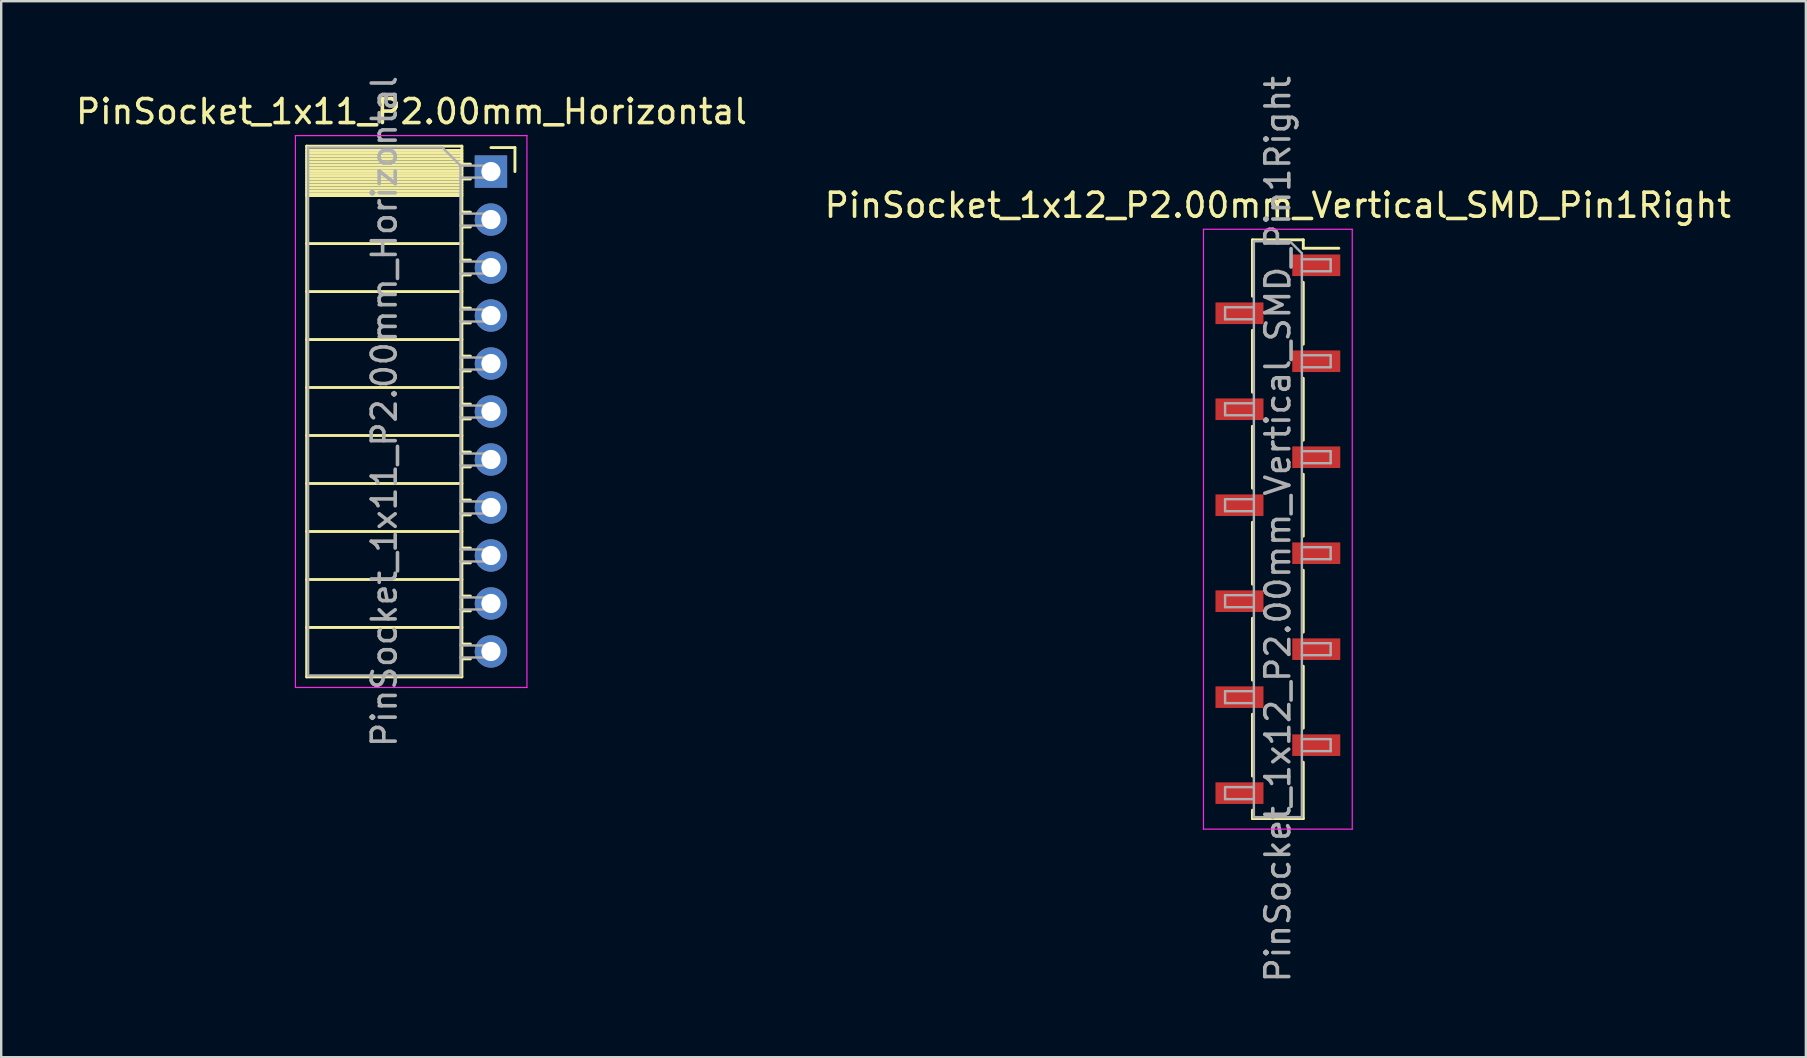
<source format=kicad_pcb>
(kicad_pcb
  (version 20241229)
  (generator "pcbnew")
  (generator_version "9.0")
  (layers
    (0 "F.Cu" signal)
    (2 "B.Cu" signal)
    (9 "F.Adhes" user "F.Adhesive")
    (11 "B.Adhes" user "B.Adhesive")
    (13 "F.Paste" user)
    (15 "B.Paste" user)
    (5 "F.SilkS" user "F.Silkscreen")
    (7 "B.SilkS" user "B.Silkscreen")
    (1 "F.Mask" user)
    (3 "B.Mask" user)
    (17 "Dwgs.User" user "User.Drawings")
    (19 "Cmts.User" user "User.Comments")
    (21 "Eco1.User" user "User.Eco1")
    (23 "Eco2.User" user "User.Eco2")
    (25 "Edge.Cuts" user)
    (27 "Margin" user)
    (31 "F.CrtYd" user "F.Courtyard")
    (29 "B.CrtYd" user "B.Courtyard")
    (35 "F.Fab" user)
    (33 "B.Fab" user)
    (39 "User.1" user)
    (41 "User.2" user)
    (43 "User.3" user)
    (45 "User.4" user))
  (footprint "PinSocket_1x11_P2.00mm_Horizontal"
    (layer "F.Cu")
    (at 17.411 4.101)
    (property "Reference" "PinSocket_1x11_P2.00mm_Horizontal" (at -3.31 -2.5 0) (layer "F.SilkS") (effects (font (size 1 1) (thickness 0.15))))
    (attr through_hole)
    (fp_line (start -7.68 -1.06) (end -1.21 -1.06) (stroke (width 0.12) (type solid)) (layer "F.SilkS"))
    (fp_line (start -7.68 -0.88) (end -1.21 -0.88) (stroke (width 0.12) (type solid)) (layer "F.SilkS"))
    (fp_line (start -7.68 -0.76) (end -1.21 -0.76) (stroke (width 0.12) (type solid)) (layer "F.SilkS"))
    (fp_line (start -7.68 -0.64) (end -1.21 -0.64) (stroke (width 0.12) (type solid)) (layer "F.SilkS"))
    (fp_line (start -7.68 -0.52) (end -1.21 -0.52) (stroke (width 0.12) (type solid)) (layer "F.SilkS"))
    (fp_line (start -7.68 -0.4) (end -1.21 -0.4) (stroke (width 0.12) (type solid)) (layer "F.SilkS"))
    (fp_line (start -7.68 -0.28) (end -1.21 -0.28) (stroke (width 0.12) (type solid)) (layer "F.SilkS"))
    (fp_line (start -7.68 -0.16) (end -1.21 -0.16) (stroke (width 0.12) (type solid)) (layer "F.SilkS"))
    (fp_line (start -7.68 -0.04) (end -1.21 -0.04) (stroke (width 0.12) (type solid)) (layer "F.SilkS"))
    (fp_line (start -7.68 0.08) (end -1.21 0.08) (stroke (width 0.12) (type solid)) (layer "F.SilkS"))
    (fp_line (start -7.68 0.2) (end -1.21 0.2) (stroke (width 0.12) (type solid)) (layer "F.SilkS"))
    (fp_line (start -7.68 0.32) (end -1.21 0.32) (stroke (width 0.12) (type solid)) (layer "F.SilkS"))
    (fp_line (start -7.68 0.44) (end -1.21 0.44) (stroke (width 0.12) (type solid)) (layer "F.SilkS"))
    (fp_line (start -7.68 0.56) (end -1.21 0.56) (stroke (width 0.12) (type solid)) (layer "F.SilkS"))
    (fp_line (start -7.68 0.68) (end -1.21 0.68) (stroke (width 0.12) (type solid)) (layer "F.SilkS"))
    (fp_line (start -7.68 0.8) (end -1.21 0.8) (stroke (width 0.12) (type solid)) (layer "F.SilkS"))
    (fp_line (start -7.68 0.92) (end -1.21 0.92) (stroke (width 0.12) (type solid)) (layer "F.SilkS"))
    (fp_line (start -7.68 1) (end -1.21 1) (stroke (width 0.12) (type solid)) (layer "F.SilkS"))
    (fp_line (start -7.68 3) (end -1.21 3) (stroke (width 0.12) (type solid)) (layer "F.SilkS"))
    (fp_line (start -7.68 5) (end -1.21 5) (stroke (width 0.12) (type solid)) (layer "F.SilkS"))
    (fp_line (start -7.68 7) (end -1.21 7) (stroke (width 0.12) (type solid)) (layer "F.SilkS"))
    (fp_line (start -7.68 9) (end -1.21 9) (stroke (width 0.12) (type solid)) (layer "F.SilkS"))
    (fp_line (start -7.68 11) (end -1.21 11) (stroke (width 0.12) (type solid)) (layer "F.SilkS"))
    (fp_line (start -7.68 13) (end -1.21 13) (stroke (width 0.12) (type solid)) (layer "F.SilkS"))
    (fp_line (start -7.68 15) (end -1.21 15) (stroke (width 0.12) (type solid)) (layer "F.SilkS"))
    (fp_line (start -7.68 17) (end -1.21 17) (stroke (width 0.12) (type solid)) (layer "F.SilkS"))
    (fp_line (start -7.68 19) (end -1.21 19) (stroke (width 0.12) (type solid)) (layer "F.SilkS"))
    (fp_line (start -7.68 21.06) (end -7.68 -1.06) (stroke (width 0.12) (type solid)) (layer "F.SilkS"))
    (fp_line (start -1.21 -1.06) (end -1.21 21.06) (stroke (width 0.12) (type solid)) (layer "F.SilkS"))
    (fp_line (start -1.21 -0.31) (end -0.855 -0.31) (stroke (width 0.12) (type solid)) (layer "F.SilkS"))
    (fp_line (start -1.21 1.69) (end -0.855 1.69) (stroke (width 0.12) (type solid)) (layer "F.SilkS"))
    (fp_line (start -1.21 3.69) (end -0.855 3.69) (stroke (width 0.12) (type solid)) (layer "F.SilkS"))
    (fp_line (start -1.21 5.69) (end -0.855 5.69) (stroke (width 0.12) (type solid)) (layer "F.SilkS"))
    (fp_line (start -1.21 7.69) (end -0.855 7.69) (stroke (width 0.12) (type solid)) (layer "F.SilkS"))
    (fp_line (start -1.21 9.69) (end -0.855 9.69) (stroke (width 0.12) (type solid)) (layer "F.SilkS"))
    (fp_line (start -1.21 11.69) (end -0.855 11.69) (stroke (width 0.12) (type solid)) (layer "F.SilkS"))
    (fp_line (start -1.21 13.69) (end -0.855 13.69) (stroke (width 0.12) (type solid)) (layer "F.SilkS"))
    (fp_line (start -1.21 15.69) (end -0.855 15.69) (stroke (width 0.12) (type solid)) (layer "F.SilkS"))
    (fp_line (start -1.21 17.69) (end -0.855 17.69) (stroke (width 0.12) (type solid)) (layer "F.SilkS"))
    (fp_line (start -1.21 19.69) (end -0.855 19.69) (stroke (width 0.12) (type solid)) (layer "F.SilkS"))
    (fp_line (start -1.21 21.06) (end -7.68 21.06) (stroke (width 0.12) (type solid)) (layer "F.SilkS"))
    (fp_line (start -0.855 0.31) (end -1.21 0.31) (stroke (width 0.12) (type solid)) (layer "F.SilkS"))
    (fp_line (start -0.855 2.31) (end -1.21 2.31) (stroke (width 0.12) (type solid)) (layer "F.SilkS"))
    (fp_line (start -0.855 4.31) (end -1.21 4.31) (stroke (width 0.12) (type solid)) (layer "F.SilkS"))
    (fp_line (start -0.855 6.31) (end -1.21 6.31) (stroke (width 0.12) (type solid)) (layer "F.SilkS"))
    (fp_line (start -0.855 8.31) (end -1.21 8.31) (stroke (width 0.12) (type solid)) (layer "F.SilkS"))
    (fp_line (start -0.855 10.31) (end -1.21 10.31) (stroke (width 0.12) (type solid)) (layer "F.SilkS"))
    (fp_line (start -0.855 12.31) (end -1.21 12.31) (stroke (width 0.12) (type solid)) (layer "F.SilkS"))
    (fp_line (start -0.855 14.31) (end -1.21 14.31) (stroke (width 0.12) (type solid)) (layer "F.SilkS"))
    (fp_line (start -0.855 16.31) (end -1.21 16.31) (stroke (width 0.12) (type solid)) (layer "F.SilkS"))
    (fp_line (start -0.855 18.31) (end -1.21 18.31) (stroke (width 0.12) (type solid)) (layer "F.SilkS"))
    (fp_line (start -0.855 20.31) (end -1.21 20.31) (stroke (width 0.12) (type solid)) (layer "F.SilkS"))
    (fp_line (start 0 -1) (end 1 -1) (stroke (width 0.12) (type solid)) (layer "F.SilkS"))
    (fp_line (start 1 -1) (end 1 0) (stroke (width 0.12) (type solid)) (layer "F.SilkS"))
    (fp_line (start -8.15 -1.5) (end -8.15 21.5) (stroke (width 0.05) (type solid)) (layer "F.CrtYd"))
    (fp_line (start -8.15 21.5) (end 1.5 21.5) (stroke (width 0.05) (type solid)) (layer "F.CrtYd"))
    (fp_line (start 1.5 -1.5) (end -8.15 -1.5) (stroke (width 0.05) (type solid)) (layer "F.CrtYd"))
    (fp_line (start 1.5 21.5) (end 1.5 -1.5) (stroke (width 0.05) (type solid)) (layer "F.CrtYd"))
    (fp_line (start -7.62 -1) (end -2.02 -1) (stroke (width 0.1) (type solid)) (layer "F.Fab"))
    (fp_line (start -7.62 21) (end -7.62 -1) (stroke (width 0.1) (type solid)) (layer "F.Fab"))
    (fp_line (start -2.02 -1) (end -1.27 -0.25) (stroke (width 0.1) (type solid)) (layer "F.Fab"))
    (fp_line (start -1.27 -0.25) (end -1.27 21) (stroke (width 0.1) (type solid)) (layer "F.Fab"))
    (fp_line (start -1.27 0.25) (end 0 0.25) (stroke (width 0.1) (type solid)) (layer "F.Fab"))
    (fp_line (start -1.27 2.25) (end 0 2.25) (stroke (width 0.1) (type solid)) (layer "F.Fab"))
    (fp_line (start -1.27 4.25) (end 0 4.25) (stroke (width 0.1) (type solid)) (layer "F.Fab"))
    (fp_line (start -1.27 6.25) (end 0 6.25) (stroke (width 0.1) (type solid)) (layer "F.Fab"))
    (fp_line (start -1.27 8.25) (end 0 8.25) (stroke (width 0.1) (type solid)) (layer "F.Fab"))
    (fp_line (start -1.27 10.25) (end 0 10.25) (stroke (width 0.1) (type solid)) (layer "F.Fab"))
    (fp_line (start -1.27 12.25) (end 0 12.25) (stroke (width 0.1) (type solid)) (layer "F.Fab"))
    (fp_line (start -1.27 14.25) (end 0 14.25) (stroke (width 0.1) (type solid)) (layer "F.Fab"))
    (fp_line (start -1.27 16.25) (end 0 16.25) (stroke (width 0.1) (type solid)) (layer "F.Fab"))
    (fp_line (start -1.27 18.25) (end 0 18.25) (stroke (width 0.1) (type solid)) (layer "F.Fab"))
    (fp_line (start -1.27 20.25) (end 0 20.25) (stroke (width 0.1) (type solid)) (layer "F.Fab"))
    (fp_line (start -1.27 21) (end -7.62 21) (stroke (width 0.1) (type solid)) (layer "F.Fab"))
    (fp_line (start 0 -0.25) (end -1.27 -0.25) (stroke (width 0.1) (type solid)) (layer "F.Fab"))
    (fp_line (start 0 0.25) (end 0 -0.25) (stroke (width 0.1) (type solid)) (layer "F.Fab"))
    (fp_line (start 0 1.75) (end -1.27 1.75) (stroke (width 0.1) (type solid)) (layer "F.Fab"))
    (fp_line (start 0 2.25) (end 0 1.75) (stroke (width 0.1) (type solid)) (layer "F.Fab"))
    (fp_line (start 0 3.75) (end -1.27 3.75) (stroke (width 0.1) (type solid)) (layer "F.Fab"))
    (fp_line (start 0 4.25) (end 0 3.75) (stroke (width 0.1) (type solid)) (layer "F.Fab"))
    (fp_line (start 0 5.75) (end -1.27 5.75) (stroke (width 0.1) (type solid)) (layer "F.Fab"))
    (fp_line (start 0 6.25) (end 0 5.75) (stroke (width 0.1) (type solid)) (layer "F.Fab"))
    (fp_line (start 0 7.75) (end -1.27 7.75) (stroke (width 0.1) (type solid)) (layer "F.Fab"))
    (fp_line (start 0 8.25) (end 0 7.75) (stroke (width 0.1) (type solid)) (layer "F.Fab"))
    (fp_line (start 0 9.75) (end -1.27 9.75) (stroke (width 0.1) (type solid)) (layer "F.Fab"))
    (fp_line (start 0 10.25) (end 0 9.75) (stroke (width 0.1) (type solid)) (layer "F.Fab"))
    (fp_line (start 0 11.75) (end -1.27 11.75) (stroke (width 0.1) (type solid)) (layer "F.Fab"))
    (fp_line (start 0 12.25) (end 0 11.75) (stroke (width 0.1) (type solid)) (layer "F.Fab"))
    (fp_line (start 0 13.75) (end -1.27 13.75) (stroke (width 0.1) (type solid)) (layer "F.Fab"))
    (fp_line (start 0 14.25) (end 0 13.75) (stroke (width 0.1) (type solid)) (layer "F.Fab"))
    (fp_line (start 0 15.75) (end -1.27 15.75) (stroke (width 0.1) (type solid)) (layer "F.Fab"))
    (fp_line (start 0 16.25) (end 0 15.75) (stroke (width 0.1) (type solid)) (layer "F.Fab"))
    (fp_line (start 0 17.75) (end -1.27 17.75) (stroke (width 0.1) (type solid)) (layer "F.Fab"))
    (fp_line (start 0 18.25) (end 0 17.75) (stroke (width 0.1) (type solid)) (layer "F.Fab"))
    (fp_line (start 0 19.75) (end -1.27 19.75) (stroke (width 0.1) (type solid)) (layer "F.Fab"))
    (fp_line (start 0 20.25) (end 0 19.75) (stroke (width 0.1) (type solid)) (layer "F.Fab"))
    (fp_text user "${REFERENCE}" (at -4.445 10 90) (layer "F.Fab") (effects (font (size 1 1) (thickness 0.15))))
    (pad "1" thru_hole rect (at 0 0) (size 1.35 1.35) (drill 0.8) (layers "*.Cu" "*.Mask"))
    (pad "2" thru_hole oval (at 0 2) (size 1.35 1.35) (drill 0.8) (layers "*.Cu" "*.Mask"))
    (pad "3" thru_hole oval (at 0 4) (size 1.35 1.35) (drill 0.8) (layers "*.Cu" "*.Mask"))
    (pad "4" thru_hole oval (at 0 6) (size 1.35 1.35) (drill 0.8) (layers "*.Cu" "*.Mask"))
    (pad "5" thru_hole oval (at 0 8) (size 1.35 1.35) (drill 0.8) (layers "*.Cu" "*.Mask"))
    (pad "6" thru_hole oval (at 0 10) (size 1.35 1.35) (drill 0.8) (layers "*.Cu" "*.Mask"))
    (pad "7" thru_hole oval (at 0 12) (size 1.35 1.35) (drill 0.8) (layers "*.Cu" "*.Mask"))
    (pad "8" thru_hole oval (at 0 14) (size 1.35 1.35) (drill 0.8) (layers "*.Cu" "*.Mask"))
    (pad "9" thru_hole oval (at 0 16) (size 1.35 1.35) (drill 0.8) (layers "*.Cu" "*.Mask"))
    (pad "10" thru_hole oval (at 0 18) (size 1.35 1.35) (drill 0.8) (layers "*.Cu" "*.Mask"))
    (pad "11" thru_hole oval (at 0 20) (size 1.35 1.35) (drill 0.8) (layers "*.Cu" "*.Mask")))
  (footprint "PinSocket_1x12_P2.00mm_Vertical_SMD_Pin1Right"
    (layer "F.Cu")
    (at 50.208 19.006)
    (property "Reference" "PinSocket_1x12_P2.00mm_Vertical_SMD_Pin1Right" (at 0 -13.5 0) (layer "F.SilkS") (effects (font (size 1 1) (thickness 0.15))))
    (attr smd)
    (fp_line (start -1.06 -12.06) (end -1.06 -9.71) (stroke (width 0.12) (type solid)) (layer "F.SilkS"))
    (fp_line (start -1.06 -12.06) (end 1.06 -12.06) (stroke (width 0.12) (type solid)) (layer "F.SilkS"))
    (fp_line (start -1.06 -8.29) (end -1.06 -5.71) (stroke (width 0.12) (type solid)) (layer "F.SilkS"))
    (fp_line (start -1.06 -4.29) (end -1.06 -1.71) (stroke (width 0.12) (type solid)) (layer "F.SilkS"))
    (fp_line (start -1.06 -0.29) (end -1.06 2.29) (stroke (width 0.12) (type solid)) (layer "F.SilkS"))
    (fp_line (start -1.06 3.71) (end -1.06 6.29) (stroke (width 0.12) (type solid)) (layer "F.SilkS"))
    (fp_line (start -1.06 7.71) (end -1.06 10.29) (stroke (width 0.12) (type solid)) (layer "F.SilkS"))
    (fp_line (start -1.06 11.71) (end -1.06 12.06) (stroke (width 0.12) (type solid)) (layer "F.SilkS"))
    (fp_line (start -1.06 12.06) (end 1.06 12.06) (stroke (width 0.12) (type solid)) (layer "F.SilkS"))
    (fp_line (start 1.06 -12.06) (end 1.06 -11.71) (stroke (width 0.12) (type solid)) (layer "F.SilkS"))
    (fp_line (start 1.06 -11.71) (end 2.54 -11.71) (stroke (width 0.12) (type solid)) (layer "F.SilkS"))
    (fp_line (start 1.06 -10.29) (end 1.06 -7.71) (stroke (width 0.12) (type solid)) (layer "F.SilkS"))
    (fp_line (start 1.06 -6.29) (end 1.06 -3.71) (stroke (width 0.12) (type solid)) (layer "F.SilkS"))
    (fp_line (start 1.06 -2.29) (end 1.06 0.29) (stroke (width 0.12) (type solid)) (layer "F.SilkS"))
    (fp_line (start 1.06 1.71) (end 1.06 4.29) (stroke (width 0.12) (type solid)) (layer "F.SilkS"))
    (fp_line (start 1.06 5.71) (end 1.06 8.29) (stroke (width 0.12) (type solid)) (layer "F.SilkS"))
    (fp_line (start 1.06 9.71) (end 1.06 12.06) (stroke (width 0.12) (type solid)) (layer "F.SilkS"))
    (fp_line (start -3.1 -12.5) (end 3.1 -12.5) (stroke (width 0.05) (type solid)) (layer "F.CrtYd"))
    (fp_line (start -3.1 12.5) (end -3.1 -12.5) (stroke (width 0.05) (type solid)) (layer "F.CrtYd"))
    (fp_line (start 3.1 -12.5) (end 3.1 12.5) (stroke (width 0.05) (type solid)) (layer "F.CrtYd"))
    (fp_line (start 3.1 12.5) (end -3.1 12.5) (stroke (width 0.05) (type solid)) (layer "F.CrtYd"))
    (fp_line (start -2.2 -9.25) (end -1 -9.25) (stroke (width 0.1) (type solid)) (layer "F.Fab"))
    (fp_line (start -2.2 -8.75) (end -2.2 -9.25) (stroke (width 0.1) (type solid)) (layer "F.Fab"))
    (fp_line (start -2.2 -5.25) (end -1 -5.25) (stroke (width 0.1) (type solid)) (layer "F.Fab"))
    (fp_line (start -2.2 -4.75) (end -2.2 -5.25) (stroke (width 0.1) (type solid)) (layer "F.Fab"))
    (fp_line (start -2.2 -1.25) (end -1 -1.25) (stroke (width 0.1) (type solid)) (layer "F.Fab"))
    (fp_line (start -2.2 -0.75) (end -2.2 -1.25) (stroke (width 0.1) (type solid)) (layer "F.Fab"))
    (fp_line (start -2.2 2.75) (end -1 2.75) (stroke (width 0.1) (type solid)) (layer "F.Fab"))
    (fp_line (start -2.2 3.25) (end -2.2 2.75) (stroke (width 0.1) (type solid)) (layer "F.Fab"))
    (fp_line (start -2.2 6.75) (end -1 6.75) (stroke (width 0.1) (type solid)) (layer "F.Fab"))
    (fp_line (start -2.2 7.25) (end -2.2 6.75) (stroke (width 0.1) (type solid)) (layer "F.Fab"))
    (fp_line (start -2.2 10.75) (end -1 10.75) (stroke (width 0.1) (type solid)) (layer "F.Fab"))
    (fp_line (start -2.2 11.25) (end -2.2 10.75) (stroke (width 0.1) (type solid)) (layer "F.Fab"))
    (fp_line (start -1 -12) (end 0.5 -12) (stroke (width 0.1) (type solid)) (layer "F.Fab"))
    (fp_line (start -1 -8.75) (end -2.2 -8.75) (stroke (width 0.1) (type solid)) (layer "F.Fab"))
    (fp_line (start -1 -4.75) (end -2.2 -4.75) (stroke (width 0.1) (type solid)) (layer "F.Fab"))
    (fp_line (start -1 -0.75) (end -2.2 -0.75) (stroke (width 0.1) (type solid)) (layer "F.Fab"))
    (fp_line (start -1 3.25) (end -2.2 3.25) (stroke (width 0.1) (type solid)) (layer "F.Fab"))
    (fp_line (start -1 7.25) (end -2.2 7.25) (stroke (width 0.1) (type solid)) (layer "F.Fab"))
    (fp_line (start -1 11.25) (end -2.2 11.25) (stroke (width 0.1) (type solid)) (layer "F.Fab"))
    (fp_line (start -1 12) (end -1 -12) (stroke (width 0.1) (type solid)) (layer "F.Fab"))
    (fp_line (start 0.5 -12) (end 1 -11.5) (stroke (width 0.1) (type solid)) (layer "F.Fab"))
    (fp_line (start 1 -11.5) (end 1 12) (stroke (width 0.1) (type solid)) (layer "F.Fab"))
    (fp_line (start 1 -11.25) (end 2.2 -11.25) (stroke (width 0.1) (type solid)) (layer "F.Fab"))
    (fp_line (start 1 -7.25) (end 2.2 -7.25) (stroke (width 0.1) (type solid)) (layer "F.Fab"))
    (fp_line (start 1 -3.25) (end 2.2 -3.25) (stroke (width 0.1) (type solid)) (layer "F.Fab"))
    (fp_line (start 1 0.75) (end 2.2 0.75) (stroke (width 0.1) (type solid)) (layer "F.Fab"))
    (fp_line (start 1 4.75) (end 2.2 4.75) (stroke (width 0.1) (type solid)) (layer "F.Fab"))
    (fp_line (start 1 8.75) (end 2.2 8.75) (stroke (width 0.1) (type solid)) (layer "F.Fab"))
    (fp_line (start 1 12) (end -1 12) (stroke (width 0.1) (type solid)) (layer "F.Fab"))
    (fp_line (start 2.2 -11.25) (end 2.2 -10.75) (stroke (width 0.1) (type solid)) (layer "F.Fab"))
    (fp_line (start 2.2 -10.75) (end 1 -10.75) (stroke (width 0.1) (type solid)) (layer "F.Fab"))
    (fp_line (start 2.2 -7.25) (end 2.2 -6.75) (stroke (width 0.1) (type solid)) (layer "F.Fab"))
    (fp_line (start 2.2 -6.75) (end 1 -6.75) (stroke (width 0.1) (type solid)) (layer "F.Fab"))
    (fp_line (start 2.2 -3.25) (end 2.2 -2.75) (stroke (width 0.1) (type solid)) (layer "F.Fab"))
    (fp_line (start 2.2 -2.75) (end 1 -2.75) (stroke (width 0.1) (type solid)) (layer "F.Fab"))
    (fp_line (start 2.2 0.75) (end 2.2 1.25) (stroke (width 0.1) (type solid)) (layer "F.Fab"))
    (fp_line (start 2.2 1.25) (end 1 1.25) (stroke (width 0.1) (type solid)) (layer "F.Fab"))
    (fp_line (start 2.2 4.75) (end 2.2 5.25) (stroke (width 0.1) (type solid)) (layer "F.Fab"))
    (fp_line (start 2.2 5.25) (end 1 5.25) (stroke (width 0.1) (type solid)) (layer "F.Fab"))
    (fp_line (start 2.2 8.75) (end 2.2 9.25) (stroke (width 0.1) (type solid)) (layer "F.Fab"))
    (fp_line (start 2.2 9.25) (end 1 9.25) (stroke (width 0.1) (type solid)) (layer "F.Fab"))
    (fp_text user "${REFERENCE}" (at 0 0 90) (layer "F.Fab") (effects (font (size 1 1) (thickness 0.15))))
    (pad "1" smd rect (at 1.6 -11) (size 2 0.9) (layers "F.Cu" "F.Mask" "F.Paste"))
    (pad "2" smd rect (at -1.6 -9) (size 2 0.9) (layers "F.Cu" "F.Mask" "F.Paste"))
    (pad "3" smd rect (at 1.6 -7) (size 2 0.9) (layers "F.Cu" "F.Mask" "F.Paste"))
    (pad "4" smd rect (at -1.6 -5) (size 2 0.9) (layers "F.Cu" "F.Mask" "F.Paste"))
    (pad "5" smd rect (at 1.6 -3) (size 2 0.9) (layers "F.Cu" "F.Mask" "F.Paste"))
    (pad "6" smd rect (at -1.6 -1) (size 2 0.9) (layers "F.Cu" "F.Mask" "F.Paste"))
    (pad "7" smd rect (at 1.6 1) (size 2 0.9) (layers "F.Cu" "F.Mask" "F.Paste"))
    (pad "8" smd rect (at -1.6 3) (size 2 0.9) (layers "F.Cu" "F.Mask" "F.Paste"))
    (pad "9" smd rect (at 1.6 5) (size 2 0.9) (layers "F.Cu" "F.Mask" "F.Paste"))
    (pad "10" smd rect (at -1.6 7) (size 2 0.9) (layers "F.Cu" "F.Mask" "F.Paste"))
    (pad "11" smd rect (at 1.6 9) (size 2 0.9) (layers "F.Cu" "F.Mask" "F.Paste"))
    (pad "12" smd rect (at -1.6 11) (size 2 0.9) (layers "F.Cu" "F.Mask" "F.Paste")))
  (gr_rect
    (start -3 -3)
    (end 72.214 41.012)
    (stroke (width 0.1) (type default))
    (fill no)
    (layer "Edge.Cuts")))
</source>
